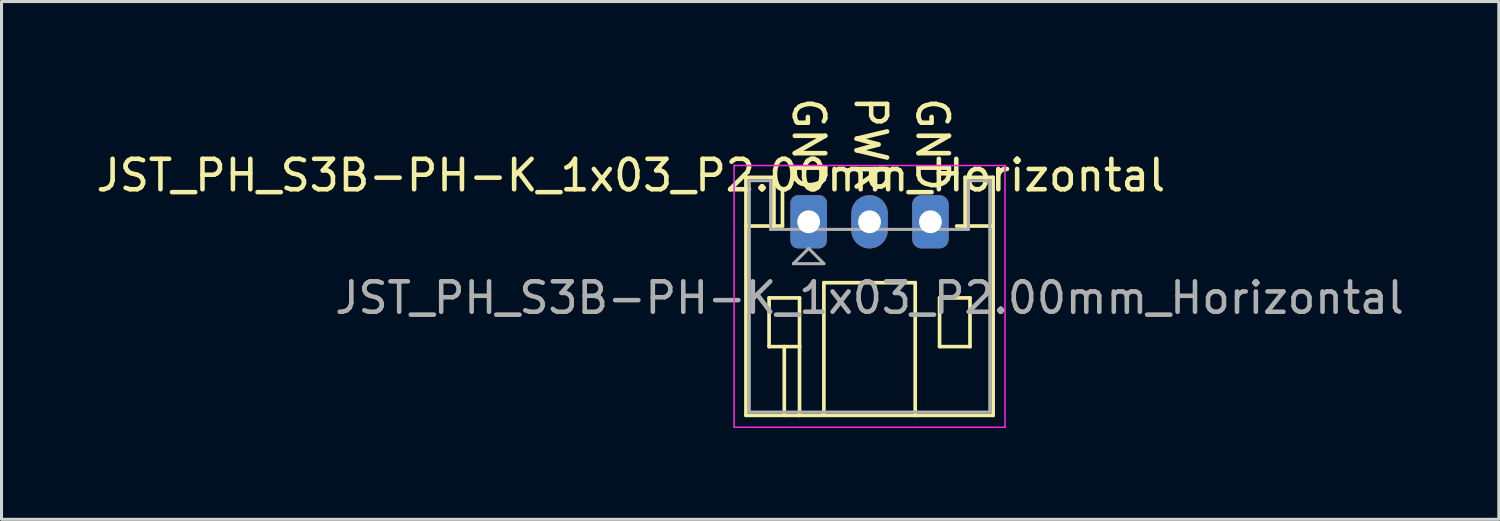
<source format=kicad_pcb>
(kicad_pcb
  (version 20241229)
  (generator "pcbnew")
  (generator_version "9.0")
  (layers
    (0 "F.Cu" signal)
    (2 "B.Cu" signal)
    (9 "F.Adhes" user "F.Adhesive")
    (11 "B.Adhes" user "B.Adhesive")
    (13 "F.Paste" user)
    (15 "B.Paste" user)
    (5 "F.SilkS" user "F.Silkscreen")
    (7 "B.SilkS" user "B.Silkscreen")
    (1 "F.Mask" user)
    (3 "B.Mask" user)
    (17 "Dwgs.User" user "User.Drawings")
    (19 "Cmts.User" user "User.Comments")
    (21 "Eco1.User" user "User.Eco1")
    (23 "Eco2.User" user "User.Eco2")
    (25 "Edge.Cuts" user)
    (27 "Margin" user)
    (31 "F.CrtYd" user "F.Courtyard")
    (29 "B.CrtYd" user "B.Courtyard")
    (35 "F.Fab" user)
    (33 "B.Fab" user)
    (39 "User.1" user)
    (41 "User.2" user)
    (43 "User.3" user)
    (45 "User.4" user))
  (footprint "JST_PH_S3B-PH-K_1x03_P2.00mm_Horizontal"
    (layer "F.Cu")
    (at 23.515 4.236)
    (property "Reference" "JST_PH_S3B-PH-K_1x03_P2.00mm_Horizontal" (at -5.842 -1.524 0) (layer "F.SilkS") (effects (font (size 1 1) (thickness 0.15))))
    (attr through_hole)
    (fp_line (start -2.06 -1.46) (end -2.06 6.36) (stroke (width 0.12) (type solid)) (layer "F.SilkS"))
    (fp_line (start -2.06 0.14) (end -1.14 0.14) (stroke (width 0.12) (type solid)) (layer "F.SilkS"))
    (fp_line (start -2.06 6.36) (end 6.06 6.36) (stroke (width 0.12) (type solid)) (layer "F.SilkS"))
    (fp_line (start -1.3 2.5) (end -1.3 4.1) (stroke (width 0.12) (type solid)) (layer "F.SilkS"))
    (fp_line (start -1.3 4.1) (end -0.3 4.1) (stroke (width 0.12) (type solid)) (layer "F.SilkS"))
    (fp_line (start -1.14 -1.46) (end -2.06 -1.46) (stroke (width 0.12) (type solid)) (layer "F.SilkS"))
    (fp_line (start -1.14 0.14) (end -1.14 -1.46) (stroke (width 0.12) (type solid)) (layer "F.SilkS"))
    (fp_line (start -0.86 0.14) (end -1.14 0.14) (stroke (width 0.12) (type solid)) (layer "F.SilkS"))
    (fp_line (start -0.86 0.14) (end -0.86 -1.075) (stroke (width 0.12) (type solid)) (layer "F.SilkS"))
    (fp_line (start -0.8 4.1) (end -0.8 6.36) (stroke (width 0.12) (type solid)) (layer "F.SilkS"))
    (fp_line (start -0.3 2.5) (end -1.3 2.5) (stroke (width 0.12) (type solid)) (layer "F.SilkS"))
    (fp_line (start -0.3 4.1) (end -0.3 2.5) (stroke (width 0.12) (type solid)) (layer "F.SilkS"))
    (fp_line (start -0.3 4.1) (end -0.3 6.36) (stroke (width 0.12) (type solid)) (layer "F.SilkS"))
    (fp_line (start 0.5 2) (end 3.5 2) (stroke (width 0.12) (type solid)) (layer "F.SilkS"))
    (fp_line (start 0.5 6.36) (end 0.5 2) (stroke (width 0.12) (type solid)) (layer "F.SilkS"))
    (fp_line (start 3.5 2) (end 3.5 6.36) (stroke (width 0.12) (type solid)) (layer "F.SilkS"))
    (fp_line (start 4.3 2.5) (end 5.3 2.5) (stroke (width 0.12) (type solid)) (layer "F.SilkS"))
    (fp_line (start 4.3 4.1) (end 4.3 2.5) (stroke (width 0.12) (type solid)) (layer "F.SilkS"))
    (fp_line (start 5.14 -1.46) (end 5.14 0.14) (stroke (width 0.12) (type solid)) (layer "F.SilkS"))
    (fp_line (start 5.14 0.14) (end 4.86 0.14) (stroke (width 0.12) (type solid)) (layer "F.SilkS"))
    (fp_line (start 5.3 2.5) (end 5.3 4.1) (stroke (width 0.12) (type solid)) (layer "F.SilkS"))
    (fp_line (start 5.3 4.1) (end 4.3 4.1) (stroke (width 0.12) (type solid)) (layer "F.SilkS"))
    (fp_line (start 6.06 -1.46) (end 5.14 -1.46) (stroke (width 0.12) (type solid)) (layer "F.SilkS"))
    (fp_line (start 6.06 0.14) (end 5.14 0.14) (stroke (width 0.12) (type solid)) (layer "F.SilkS"))
    (fp_line (start 6.06 6.36) (end 6.06 -1.46) (stroke (width 0.12) (type solid)) (layer "F.SilkS"))
    (fp_line (start -2.45 -1.85) (end -2.45 6.75) (stroke (width 0.05) (type solid)) (layer "F.CrtYd"))
    (fp_line (start -2.45 6.75) (end 6.45 6.75) (stroke (width 0.05) (type solid)) (layer "F.CrtYd"))
    (fp_line (start 6.45 -1.85) (end -2.45 -1.85) (stroke (width 0.05) (type solid)) (layer "F.CrtYd"))
    (fp_line (start 6.45 6.75) (end 6.45 -1.85) (stroke (width 0.05) (type solid)) (layer "F.CrtYd"))
    (fp_line (start -1.95 -1.35) (end -1.95 6.25) (stroke (width 0.1) (type solid)) (layer "F.Fab"))
    (fp_line (start -1.95 6.25) (end 5.95 6.25) (stroke (width 0.1) (type solid)) (layer "F.Fab"))
    (fp_line (start -1.25 -1.35) (end -1.95 -1.35) (stroke (width 0.1) (type solid)) (layer "F.Fab"))
    (fp_line (start -1.25 0.25) (end -1.25 -1.35) (stroke (width 0.1) (type solid)) (layer "F.Fab"))
    (fp_line (start -0.5 1.375) (end 0.5 1.375) (stroke (width 0.1) (type solid)) (layer "F.Fab"))
    (fp_line (start 0 0.875) (end -0.5 1.375) (stroke (width 0.1) (type solid)) (layer "F.Fab"))
    (fp_line (start 0.5 1.375) (end 0 0.875) (stroke (width 0.1) (type solid)) (layer "F.Fab"))
    (fp_line (start 5.25 -1.35) (end 5.25 0.25) (stroke (width 0.1) (type solid)) (layer "F.Fab"))
    (fp_line (start 5.25 0.25) (end -1.25 0.25) (stroke (width 0.1) (type solid)) (layer "F.Fab"))
    (fp_line (start 5.95 -1.35) (end 5.25 -1.35) (stroke (width 0.1) (type solid)) (layer "F.Fab"))
    (fp_line (start 5.95 6.25) (end 5.95 -1.35) (stroke (width 0.1) (type solid)) (layer "F.Fab"))
    (fp_text user "GND" (at 0 -2.54 270) (unlocked yes) (layer "F.SilkS") (effects (font (size 1 1) (thickness 0.15))))
    (fp_text user "PWR" (at 2.032 -2.54 270) (unlocked yes) (layer "F.SilkS") (effects (font (size 1 1) (thickness 0.15))))
    (fp_text user "GND" (at 4.064 -2.54 270) (unlocked yes) (layer "F.SilkS") (effects (font (size 1 1) (thickness 0.15))))
    (fp_text user "${REFERENCE}" (at 2 2.5 0) (layer "F.Fab") (effects (font (size 1 1) (thickness 0.15))))
    (pad "1" thru_hole roundrect (at 0 0) (size 1.2 1.75) (drill 0.75) (layers "*.Cu" "*.Mask") (roundrect_rratio 0.208))
    (pad "2" thru_hole oval (at 2 0) (size 1.2 1.75) (drill 0.75) (layers "*.Cu" "*.Mask"))
    (pad "3" thru_hole roundrect (at 4 0) (size 1.2 1.75) (drill 0.75) (layers "*.Cu" "*.Mask") (roundrect_rratio 0.25)))
  (gr_rect
    (start -3 -3)
    (end 46.187 14.011)
    (stroke (width 0.1) (type default))
    (fill no)
    (layer "Edge.Cuts")))
</source>
